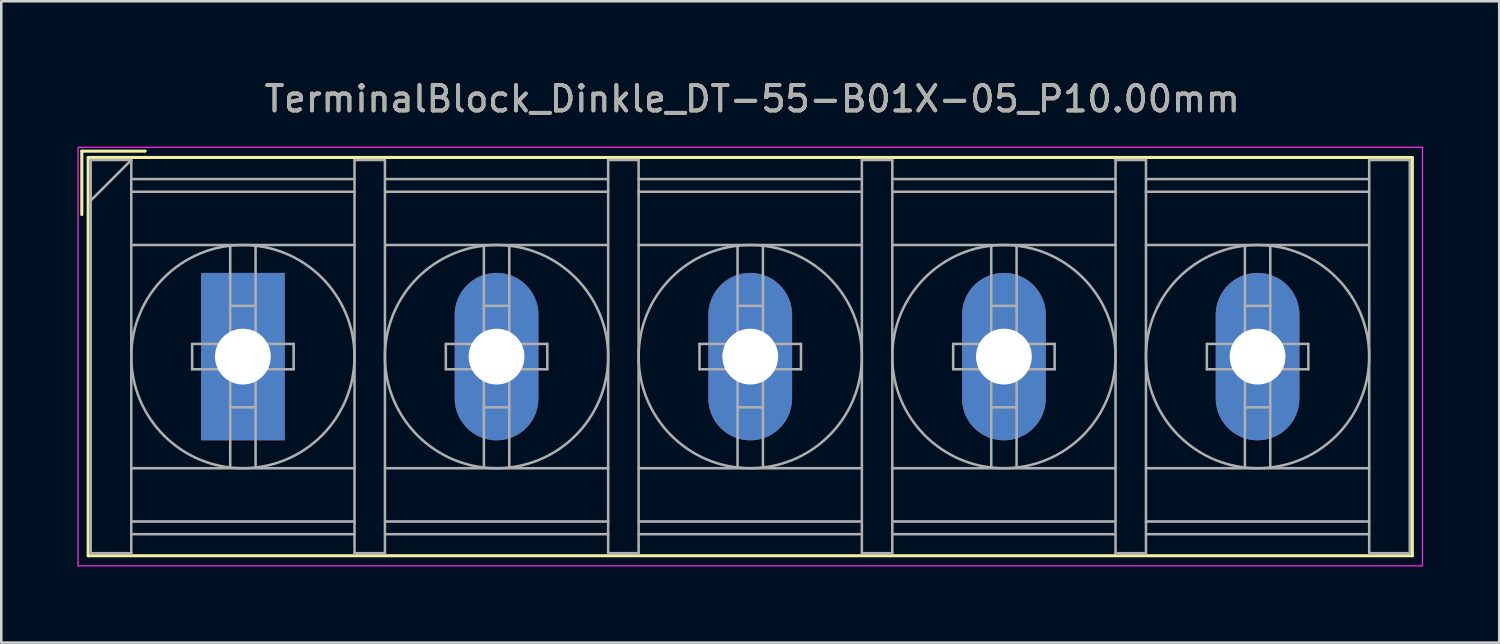
<source format=kicad_pcb>
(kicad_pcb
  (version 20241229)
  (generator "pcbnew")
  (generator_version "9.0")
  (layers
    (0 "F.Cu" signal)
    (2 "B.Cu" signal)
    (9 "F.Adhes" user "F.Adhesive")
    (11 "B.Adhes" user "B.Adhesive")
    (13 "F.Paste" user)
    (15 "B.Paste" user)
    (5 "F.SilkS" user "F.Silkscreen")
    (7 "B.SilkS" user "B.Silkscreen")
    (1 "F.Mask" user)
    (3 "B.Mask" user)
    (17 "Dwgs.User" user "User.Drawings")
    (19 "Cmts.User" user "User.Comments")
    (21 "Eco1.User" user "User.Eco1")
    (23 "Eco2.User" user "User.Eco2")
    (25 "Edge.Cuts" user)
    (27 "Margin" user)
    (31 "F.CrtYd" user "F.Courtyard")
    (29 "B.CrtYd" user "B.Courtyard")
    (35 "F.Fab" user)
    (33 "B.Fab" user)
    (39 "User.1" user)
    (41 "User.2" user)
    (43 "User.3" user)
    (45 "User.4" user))
  (footprint "TerminalBlock_Dinkle_DT-55-B01X-05_P10.00mm"
    (layer "F.Cu")
    (at 6.525 11.008)
    (property "Reference" "TerminalBlock_Dinkle_DT-55-B01X-05_P10.00mm" (at 20.08 -10.16 0) (layer "F.SilkS") (effects (font (size 1 1) (thickness 0.15))))
    (attr through_hole)
    (fp_line (start -6.35 -8.1) (end -3.85 -8.1) (stroke (width 0.12) (type solid)) (layer "F.SilkS"))
    (fp_line (start -6.35 -5.6) (end -6.35 -8.1) (stroke (width 0.12) (type solid)) (layer "F.SilkS"))
    (fp_line (start -6.1 -7.85) (end 46.1 -7.85) (stroke (width 0.12) (type solid)) (layer "F.SilkS"))
    (fp_line (start -6.1 7.85) (end -6.1 -7.85) (stroke (width 0.12) (type solid)) (layer "F.SilkS"))
    (fp_line (start -6.1 7.85) (end 46.1 7.85) (stroke (width 0.12) (type solid)) (layer "F.SilkS"))
    (fp_line (start 46.1 -7.85) (end 46.1 7.85) (stroke (width 0.12) (type solid)) (layer "F.SilkS"))
    (fp_line (start -6.5 -8.25) (end 46.5 -8.25) (stroke (width 0.05) (type solid)) (layer "F.CrtYd"))
    (fp_line (start -6.5 8.25) (end -6.5 -8.25) (stroke (width 0.05) (type solid)) (layer "F.CrtYd"))
    (fp_line (start -6.5 8.25) (end 46.5 8.25) (stroke (width 0.05) (type solid)) (layer "F.CrtYd"))
    (fp_line (start 46.5 -8.25) (end 46.5 8.25) (stroke (width 0.05) (type solid)) (layer "F.CrtYd"))
    (fp_line (start -6 -7.75) (end -6 7.75) (stroke (width 0.1) (type solid)) (layer "F.Fab"))
    (fp_line (start -6 -7.75) (end -4.4 -7.75) (stroke (width 0.1) (type solid)) (layer "F.Fab"))
    (fp_line (start -6 7.75) (end -4.4 7.75) (stroke (width 0.1) (type solid)) (layer "F.Fab"))
    (fp_line (start -4.4 -7.75) (end -6 -6.15) (stroke (width 0.1) (type solid)) (layer "F.Fab"))
    (fp_line (start -4.4 -7.75) (end -4.4 7.75) (stroke (width 0.1) (type solid)) (layer "F.Fab"))
    (fp_line (start -4.4 -7) (end 4.4 -7) (stroke (width 0.1) (type solid)) (layer "F.Fab"))
    (fp_line (start -4.4 -6.5) (end 4.4 -6.5) (stroke (width 0.1) (type solid)) (layer "F.Fab"))
    (fp_line (start -4.4 -4.4) (end 4.4 -4.4) (stroke (width 0.1) (type solid)) (layer "F.Fab"))
    (fp_line (start -4.4 4.4) (end 4.4 4.4) (stroke (width 0.1) (type solid)) (layer "F.Fab"))
    (fp_line (start -4.4 6.5) (end 4.4 6.5) (stroke (width 0.1) (type solid)) (layer "F.Fab"))
    (fp_line (start -4.4 7) (end 4.4 7) (stroke (width 0.1) (type solid)) (layer "F.Fab"))
    (fp_line (start -2 -0.5) (end -2 0.5) (stroke (width 0.1) (type solid)) (layer "F.Fab"))
    (fp_line (start -2 0.5) (end -0.5 0.5) (stroke (width 0.1) (type solid)) (layer "F.Fab"))
    (fp_line (start -0.5 -4.35) (end -0.5 -0.5) (stroke (width 0.1) (type solid)) (layer "F.Fab"))
    (fp_line (start -0.5 -2) (end 0.5 -2) (stroke (width 0.1) (type solid)) (layer "F.Fab"))
    (fp_line (start -0.5 -0.5) (end -2 -0.5) (stroke (width 0.1) (type solid)) (layer "F.Fab"))
    (fp_line (start -0.5 0.5) (end -0.5 4.35) (stroke (width 0.1) (type solid)) (layer "F.Fab"))
    (fp_line (start -0.5 2) (end 0.5 2) (stroke (width 0.1) (type solid)) (layer "F.Fab"))
    (fp_line (start 0.5 -4.35) (end 0.5 -0.5) (stroke (width 0.1) (type solid)) (layer "F.Fab"))
    (fp_line (start 0.5 -0.5) (end 2 -0.5) (stroke (width 0.1) (type solid)) (layer "F.Fab"))
    (fp_line (start 0.5 0.5) (end 0.5 4.35) (stroke (width 0.1) (type solid)) (layer "F.Fab"))
    (fp_line (start 2 -0.5) (end 2 0.5) (stroke (width 0.1) (type solid)) (layer "F.Fab"))
    (fp_line (start 2 0.5) (end 0.5 0.5) (stroke (width 0.1) (type solid)) (layer "F.Fab"))
    (fp_line (start 4.4 -7.75) (end 4.4 7.75) (stroke (width 0.1) (type solid)) (layer "F.Fab"))
    (fp_line (start 4.4 -7.75) (end 5.6 -7.75) (stroke (width 0.1) (type solid)) (layer "F.Fab"))
    (fp_line (start 4.4 7.75) (end 5.6 7.75) (stroke (width 0.1) (type solid)) (layer "F.Fab"))
    (fp_line (start 5.6 -7.75) (end 5.6 7.75) (stroke (width 0.1) (type solid)) (layer "F.Fab"))
    (fp_line (start 5.6 -7) (end 14.4 -7) (stroke (width 0.1) (type solid)) (layer "F.Fab"))
    (fp_line (start 5.6 -6.5) (end 14.4 -6.5) (stroke (width 0.1) (type solid)) (layer "F.Fab"))
    (fp_line (start 5.6 -4.4) (end 14.4 -4.4) (stroke (width 0.1) (type solid)) (layer "F.Fab"))
    (fp_line (start 5.6 4.4) (end 14.4 4.4) (stroke (width 0.1) (type solid)) (layer "F.Fab"))
    (fp_line (start 5.6 6.5) (end 14.4 6.5) (stroke (width 0.1) (type solid)) (layer "F.Fab"))
    (fp_line (start 5.6 7) (end 14.4 7) (stroke (width 0.1) (type solid)) (layer "F.Fab"))
    (fp_line (start 8 -0.5) (end 8 0.5) (stroke (width 0.1) (type solid)) (layer "F.Fab"))
    (fp_line (start 8 0.5) (end 9.5 0.5) (stroke (width 0.1) (type solid)) (layer "F.Fab"))
    (fp_line (start 9.5 -4.35) (end 9.5 -0.5) (stroke (width 0.1) (type solid)) (layer "F.Fab"))
    (fp_line (start 9.5 -2) (end 10.5 -2) (stroke (width 0.1) (type solid)) (layer "F.Fab"))
    (fp_line (start 9.5 -0.5) (end 8 -0.5) (stroke (width 0.1) (type solid)) (layer "F.Fab"))
    (fp_line (start 9.5 0.5) (end 9.5 4.35) (stroke (width 0.1) (type solid)) (layer "F.Fab"))
    (fp_line (start 9.5 2) (end 10.5 2) (stroke (width 0.1) (type solid)) (layer "F.Fab"))
    (fp_line (start 10.5 -4.35) (end 10.5 -0.5) (stroke (width 0.1) (type solid)) (layer "F.Fab"))
    (fp_line (start 10.5 -0.5) (end 12 -0.5) (stroke (width 0.1) (type solid)) (layer "F.Fab"))
    (fp_line (start 10.5 0.5) (end 10.5 4.35) (stroke (width 0.1) (type solid)) (layer "F.Fab"))
    (fp_line (start 12 -0.5) (end 12 0.5) (stroke (width 0.1) (type solid)) (layer "F.Fab"))
    (fp_line (start 12 0.5) (end 10.5 0.5) (stroke (width 0.1) (type solid)) (layer "F.Fab"))
    (fp_line (start 14.4 -7.75) (end 14.4 7.75) (stroke (width 0.1) (type solid)) (layer "F.Fab"))
    (fp_line (start 14.4 -7.75) (end 15.6 -7.75) (stroke (width 0.1) (type solid)) (layer "F.Fab"))
    (fp_line (start 14.4 7.75) (end 15.6 7.75) (stroke (width 0.1) (type solid)) (layer "F.Fab"))
    (fp_line (start 15.6 -7.75) (end 15.6 7.75) (stroke (width 0.1) (type solid)) (layer "F.Fab"))
    (fp_line (start 15.6 -7) (end 24.4 -7) (stroke (width 0.1) (type solid)) (layer "F.Fab"))
    (fp_line (start 15.6 -6.5) (end 24.4 -6.5) (stroke (width 0.1) (type solid)) (layer "F.Fab"))
    (fp_line (start 15.6 -4.4) (end 24.4 -4.4) (stroke (width 0.1) (type solid)) (layer "F.Fab"))
    (fp_line (start 15.6 4.4) (end 24.4 4.4) (stroke (width 0.1) (type solid)) (layer "F.Fab"))
    (fp_line (start 15.6 6.5) (end 24.4 6.5) (stroke (width 0.1) (type solid)) (layer "F.Fab"))
    (fp_line (start 15.6 7) (end 24.4 7) (stroke (width 0.1) (type solid)) (layer "F.Fab"))
    (fp_line (start 18 -0.5) (end 18 0.5) (stroke (width 0.1) (type solid)) (layer "F.Fab"))
    (fp_line (start 18 0.5) (end 19.5 0.5) (stroke (width 0.1) (type solid)) (layer "F.Fab"))
    (fp_line (start 19.5 -4.35) (end 19.5 -0.5) (stroke (width 0.1) (type solid)) (layer "F.Fab"))
    (fp_line (start 19.5 -2) (end 20.5 -2) (stroke (width 0.1) (type solid)) (layer "F.Fab"))
    (fp_line (start 19.5 -0.5) (end 18 -0.5) (stroke (width 0.1) (type solid)) (layer "F.Fab"))
    (fp_line (start 19.5 0.5) (end 19.5 4.35) (stroke (width 0.1) (type solid)) (layer "F.Fab"))
    (fp_line (start 19.5 2) (end 20.5 2) (stroke (width 0.1) (type solid)) (layer "F.Fab"))
    (fp_line (start 20.5 -4.35) (end 20.5 -0.5) (stroke (width 0.1) (type solid)) (layer "F.Fab"))
    (fp_line (start 20.5 -0.5) (end 22 -0.5) (stroke (width 0.1) (type solid)) (layer "F.Fab"))
    (fp_line (start 20.5 0.5) (end 20.5 4.35) (stroke (width 0.1) (type solid)) (layer "F.Fab"))
    (fp_line (start 22 -0.5) (end 22 0.5) (stroke (width 0.1) (type solid)) (layer "F.Fab"))
    (fp_line (start 22 0.5) (end 20.5 0.5) (stroke (width 0.1) (type solid)) (layer "F.Fab"))
    (fp_line (start 24.4 -7.75) (end 24.4 7.75) (stroke (width 0.1) (type solid)) (layer "F.Fab"))
    (fp_line (start 24.4 -7.75) (end 25.6 -7.75) (stroke (width 0.1) (type solid)) (layer "F.Fab"))
    (fp_line (start 24.4 7.75) (end 25.6 7.75) (stroke (width 0.1) (type solid)) (layer "F.Fab"))
    (fp_line (start 25.6 -7.75) (end 25.6 7.75) (stroke (width 0.1) (type solid)) (layer "F.Fab"))
    (fp_line (start 25.6 -7) (end 34.4 -7) (stroke (width 0.1) (type solid)) (layer "F.Fab"))
    (fp_line (start 25.6 -6.5) (end 34.4 -6.5) (stroke (width 0.1) (type solid)) (layer "F.Fab"))
    (fp_line (start 25.6 -4.4) (end 34.4 -4.4) (stroke (width 0.1) (type solid)) (layer "F.Fab"))
    (fp_line (start 25.6 4.4) (end 34.4 4.4) (stroke (width 0.1) (type solid)) (layer "F.Fab"))
    (fp_line (start 25.6 6.5) (end 34.4 6.5) (stroke (width 0.1) (type solid)) (layer "F.Fab"))
    (fp_line (start 25.6 7) (end 34.4 7) (stroke (width 0.1) (type solid)) (layer "F.Fab"))
    (fp_line (start 28 -0.5) (end 28 0.5) (stroke (width 0.1) (type solid)) (layer "F.Fab"))
    (fp_line (start 28 0.5) (end 29.5 0.5) (stroke (width 0.1) (type solid)) (layer "F.Fab"))
    (fp_line (start 29.5 -4.35) (end 29.5 -0.5) (stroke (width 0.1) (type solid)) (layer "F.Fab"))
    (fp_line (start 29.5 -2) (end 30.5 -2) (stroke (width 0.1) (type solid)) (layer "F.Fab"))
    (fp_line (start 29.5 -0.5) (end 28 -0.5) (stroke (width 0.1) (type solid)) (layer "F.Fab"))
    (fp_line (start 29.5 0.5) (end 29.5 4.35) (stroke (width 0.1) (type solid)) (layer "F.Fab"))
    (fp_line (start 29.5 2) (end 30.5 2) (stroke (width 0.1) (type solid)) (layer "F.Fab"))
    (fp_line (start 30.5 -4.35) (end 30.5 -0.5) (stroke (width 0.1) (type solid)) (layer "F.Fab"))
    (fp_line (start 30.5 -0.5) (end 32 -0.5) (stroke (width 0.1) (type solid)) (layer "F.Fab"))
    (fp_line (start 30.5 0.5) (end 30.5 4.35) (stroke (width 0.1) (type solid)) (layer "F.Fab"))
    (fp_line (start 32 -0.5) (end 32 0.5) (stroke (width 0.1) (type solid)) (layer "F.Fab"))
    (fp_line (start 32 0.5) (end 30.5 0.5) (stroke (width 0.1) (type solid)) (layer "F.Fab"))
    (fp_line (start 34.4 -7.75) (end 34.4 7.75) (stroke (width 0.1) (type solid)) (layer "F.Fab"))
    (fp_line (start 34.4 -7.75) (end 35.6 -7.75) (stroke (width 0.1) (type solid)) (layer "F.Fab"))
    (fp_line (start 34.4 7.75) (end 35.6 7.75) (stroke (width 0.1) (type solid)) (layer "F.Fab"))
    (fp_line (start 35.6 -7.75) (end 35.6 7.75) (stroke (width 0.1) (type solid)) (layer "F.Fab"))
    (fp_line (start 35.6 -7) (end 44.4 -7) (stroke (width 0.1) (type solid)) (layer "F.Fab"))
    (fp_line (start 35.6 -6.5) (end 44.4 -6.5) (stroke (width 0.1) (type solid)) (layer "F.Fab"))
    (fp_line (start 35.6 -4.4) (end 44.4 -4.4) (stroke (width 0.1) (type solid)) (layer "F.Fab"))
    (fp_line (start 35.6 4.4) (end 44.4 4.4) (stroke (width 0.1) (type solid)) (layer "F.Fab"))
    (fp_line (start 35.6 6.5) (end 44.4 6.5) (stroke (width 0.1) (type solid)) (layer "F.Fab"))
    (fp_line (start 35.6 7) (end 44.4 7) (stroke (width 0.1) (type solid)) (layer "F.Fab"))
    (fp_line (start 38 -0.5) (end 38 0.5) (stroke (width 0.1) (type solid)) (layer "F.Fab"))
    (fp_line (start 38 0.5) (end 39.5 0.5) (stroke (width 0.1) (type solid)) (layer "F.Fab"))
    (fp_line (start 39.5 -4.35) (end 39.5 -0.5) (stroke (width 0.1) (type solid)) (layer "F.Fab"))
    (fp_line (start 39.5 -2) (end 40.5 -2) (stroke (width 0.1) (type solid)) (layer "F.Fab"))
    (fp_line (start 39.5 -0.5) (end 38 -0.5) (stroke (width 0.1) (type solid)) (layer "F.Fab"))
    (fp_line (start 39.5 0.5) (end 39.5 4.35) (stroke (width 0.1) (type solid)) (layer "F.Fab"))
    (fp_line (start 39.5 2) (end 40.5 2) (stroke (width 0.1) (type solid)) (layer "F.Fab"))
    (fp_line (start 40.5 -4.35) (end 40.5 -0.5) (stroke (width 0.1) (type solid)) (layer "F.Fab"))
    (fp_line (start 40.5 -0.5) (end 42 -0.5) (stroke (width 0.1) (type solid)) (layer "F.Fab"))
    (fp_line (start 40.5 0.5) (end 40.5 4.35) (stroke (width 0.1) (type solid)) (layer "F.Fab"))
    (fp_line (start 42 -0.5) (end 42 0.5) (stroke (width 0.1) (type solid)) (layer "F.Fab"))
    (fp_line (start 42 0.5) (end 40.5 0.5) (stroke (width 0.1) (type solid)) (layer "F.Fab"))
    (fp_line (start 44.4 -7.75) (end 44.4 7.75) (stroke (width 0.1) (type solid)) (layer "F.Fab"))
    (fp_line (start 44.4 -7.75) (end 46 -7.75) (stroke (width 0.1) (type solid)) (layer "F.Fab"))
    (fp_line (start 44.4 7.75) (end 46 7.75) (stroke (width 0.1) (type solid)) (layer "F.Fab"))
    (fp_line (start 46 -7.75) (end 46 7.75) (stroke (width 0.1) (type solid)) (layer "F.Fab"))
    (fp_circle (center 0 0) (end 0.5 0.5) (stroke (width 0.1) (type solid)) (fill no) (layer "F.Fab"))
    (fp_circle (center 0 0) (end 4.4 0) (stroke (width 0.1) (type solid)) (fill no) (layer "F.Fab"))
    (fp_circle (center 10 0) (end 10.5 0.5) (stroke (width 0.1) (type solid)) (fill no) (layer "F.Fab"))
    (fp_circle (center 10 0) (end 14.4 0) (stroke (width 0.1) (type solid)) (fill no) (layer "F.Fab"))
    (fp_circle (center 20 0) (end 20.5 0.5) (stroke (width 0.1) (type solid)) (fill no) (layer "F.Fab"))
    (fp_circle (center 20 0) (end 24.4 0) (stroke (width 0.1) (type solid)) (fill no) (layer "F.Fab"))
    (fp_circle (center 30 0) (end 30.5 0.5) (stroke (width 0.1) (type solid)) (fill no) (layer "F.Fab"))
    (fp_circle (center 30 0) (end 34.4 0) (stroke (width 0.1) (type solid)) (fill no) (layer "F.Fab"))
    (fp_circle (center 40 0) (end 40.5 0.5) (stroke (width 0.1) (type solid)) (fill no) (layer "F.Fab"))
    (fp_circle (center 40 0) (end 44.4 0) (stroke (width 0.1) (type solid)) (fill no) (layer "F.Fab"))
    (fp_text user "${REFERENCE}" (at 20.08 -10.16 0) (layer "F.Fab") (effects (font (size 1 1) (thickness 0.15))))
    (pad "1" thru_hole rect (at 0 0) (size 3.3 6.6) (drill 2.2) (layers "*.Cu" "*.Mask"))
    (pad "2" thru_hole oval (at 10 0) (size 3.3 6.6) (drill 2.2) (layers "*.Cu" "*.Mask"))
    (pad "3" thru_hole oval (at 20 0) (size 3.3 6.6) (drill 2.2) (layers "*.Cu" "*.Mask"))
    (pad "4" thru_hole oval (at 30 0) (size 3.3 6.6) (drill 2.2) (layers "*.Cu" "*.Mask"))
    (pad "5" thru_hole oval (at 40 0) (size 3.3 6.6) (drill 2.2) (layers "*.Cu" "*.Mask")))
  (gr_rect
    (start -3 -3)
    (end 56.05 22.283)
    (stroke (width 0.1) (type default))
    (fill no)
    (layer "Edge.Cuts")))
</source>
